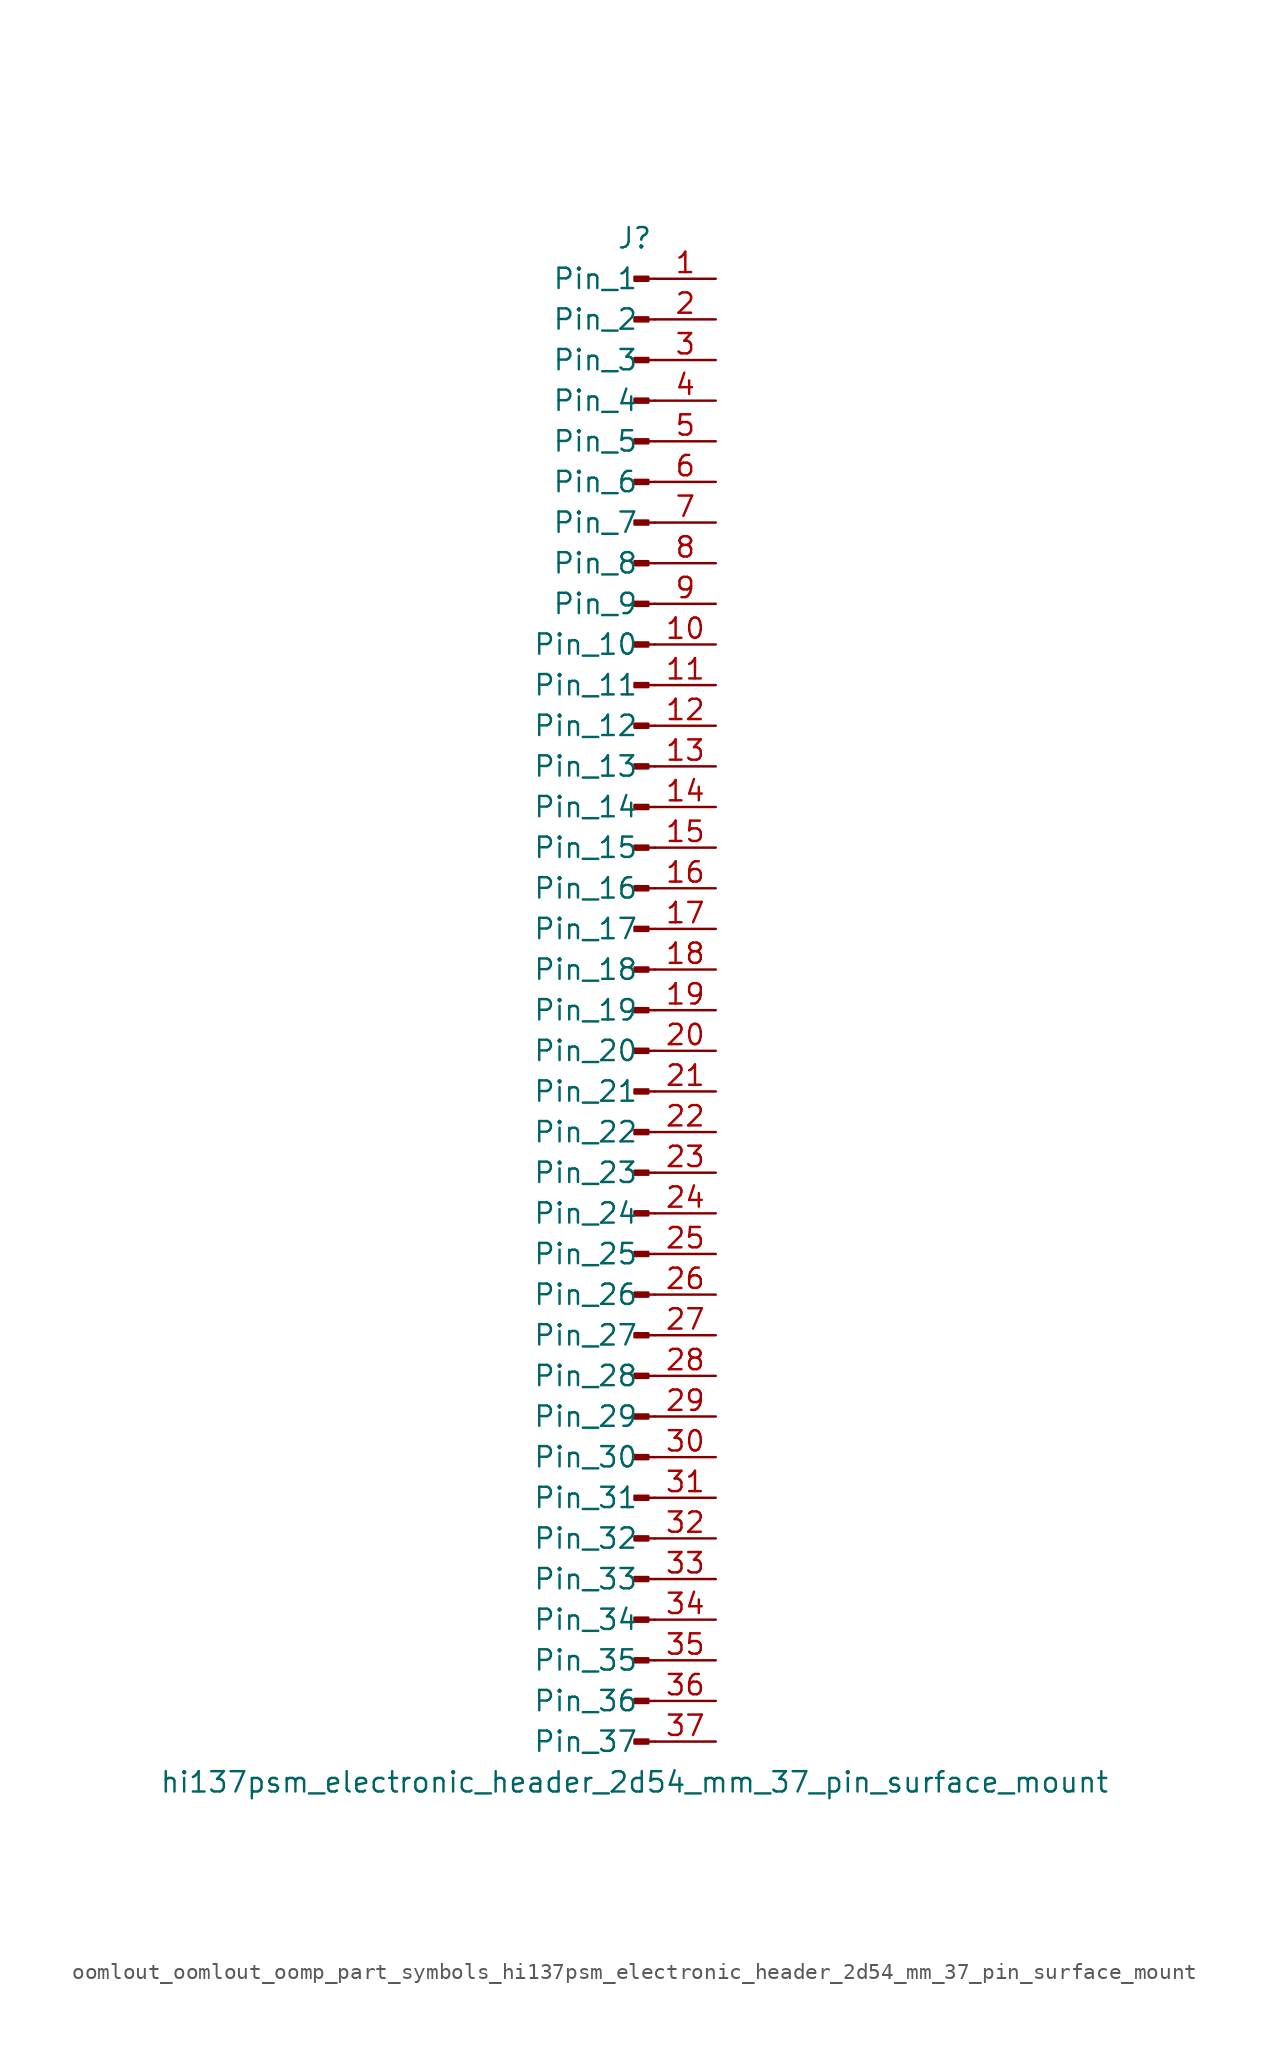
<source format=kicad_sym>
(kicad_symbol_lib
  (version 20220914)
  (generator kicad_symbol_editor)
  (symbol "oomlout_oomlout_oomp_part_symbols_hi137psm_electronic_header_2d54_mm_37_pin_surface_mount"
    (pin_names
      (offset 1.016))
    (property "Reference" "J"
      (at 0 48.26 0)
      (effects (font (size 1.27 1.27))))
    (property "Value" "hi137psm_electronic_header_2d54_mm_37_pin_surface_mount"
      (at 0 -48.26 0)
      (effects (font (size 1.27 1.27))))
    (property "ki_locked" ""
      (at 0 0 0)
      (effects (font (size 1.27 1.27))))
    (symbol "oomlout_oomlout_oomp_part_symbols_hi137psm_electronic_header_2d54_mm_37_pin_surface_mount_1_1"
      (polyline (pts (xy 1.27 -45.72) (xy 0.864 -45.72)) (stroke (width 0.152) (type default)) (fill (type none)))
      (polyline (pts (xy 1.27 -43.18) (xy 0.864 -43.18)) (stroke (width 0.152) (type default)) (fill (type none)))
      (polyline (pts (xy 1.27 -40.64) (xy 0.864 -40.64)) (stroke (width 0.152) (type default)) (fill (type none)))
      (polyline (pts (xy 1.27 -38.1) (xy 0.864 -38.1)) (stroke (width 0.152) (type default)) (fill (type none)))
      (polyline (pts (xy 1.27 -35.56) (xy 0.864 -35.56)) (stroke (width 0.152) (type default)) (fill (type none)))
      (polyline (pts (xy 1.27 -33.02) (xy 0.864 -33.02)) (stroke (width 0.152) (type default)) (fill (type none)))
      (polyline (pts (xy 1.27 -30.48) (xy 0.864 -30.48)) (stroke (width 0.152) (type default)) (fill (type none)))
      (polyline (pts (xy 1.27 -27.94) (xy 0.864 -27.94)) (stroke (width 0.152) (type default)) (fill (type none)))
      (polyline (pts (xy 1.27 -25.4) (xy 0.864 -25.4)) (stroke (width 0.152) (type default)) (fill (type none)))
      (polyline (pts (xy 1.27 -22.86) (xy 0.864 -22.86)) (stroke (width 0.152) (type default)) (fill (type none)))
      (polyline (pts (xy 1.27 -20.32) (xy 0.864 -20.32)) (stroke (width 0.152) (type default)) (fill (type none)))
      (polyline (pts (xy 1.27 -17.78) (xy 0.864 -17.78)) (stroke (width 0.152) (type default)) (fill (type none)))
      (polyline (pts (xy 1.27 -15.24) (xy 0.864 -15.24)) (stroke (width 0.152) (type default)) (fill (type none)))
      (polyline (pts (xy 1.27 -12.7) (xy 0.864 -12.7)) (stroke (width 0.152) (type default)) (fill (type none)))
      (polyline (pts (xy 1.27 -10.16) (xy 0.864 -10.16)) (stroke (width 0.152) (type default)) (fill (type none)))
      (polyline (pts (xy 1.27 -7.62) (xy 0.864 -7.62)) (stroke (width 0.152) (type default)) (fill (type none)))
      (polyline (pts (xy 1.27 -5.08) (xy 0.864 -5.08)) (stroke (width 0.152) (type default)) (fill (type none)))
      (polyline (pts (xy 1.27 -2.54) (xy 0.864 -2.54)) (stroke (width 0.152) (type default)) (fill (type none)))
      (polyline (pts (xy 1.27 0) (xy 0.864 0)) (stroke (width 0.152) (type default)) (fill (type none)))
      (polyline (pts (xy 1.27 2.54) (xy 0.864 2.54)) (stroke (width 0.152) (type default)) (fill (type none)))
      (polyline (pts (xy 1.27 5.08) (xy 0.864 5.08)) (stroke (width 0.152) (type default)) (fill (type none)))
      (polyline (pts (xy 1.27 7.62) (xy 0.864 7.62)) (stroke (width 0.152) (type default)) (fill (type none)))
      (polyline (pts (xy 1.27 10.16) (xy 0.864 10.16)) (stroke (width 0.152) (type default)) (fill (type none)))
      (polyline (pts (xy 1.27 12.7) (xy 0.864 12.7)) (stroke (width 0.152) (type default)) (fill (type none)))
      (polyline (pts (xy 1.27 15.24) (xy 0.864 15.24)) (stroke (width 0.152) (type default)) (fill (type none)))
      (polyline (pts (xy 1.27 17.78) (xy 0.864 17.78)) (stroke (width 0.152) (type default)) (fill (type none)))
      (polyline (pts (xy 1.27 20.32) (xy 0.864 20.32)) (stroke (width 0.152) (type default)) (fill (type none)))
      (polyline (pts (xy 1.27 22.86) (xy 0.864 22.86)) (stroke (width 0.152) (type default)) (fill (type none)))
      (polyline (pts (xy 1.27 25.4) (xy 0.864 25.4)) (stroke (width 0.152) (type default)) (fill (type none)))
      (polyline (pts (xy 1.27 27.94) (xy 0.864 27.94)) (stroke (width 0.152) (type default)) (fill (type none)))
      (polyline (pts (xy 1.27 30.48) (xy 0.864 30.48)) (stroke (width 0.152) (type default)) (fill (type none)))
      (polyline (pts (xy 1.27 33.02) (xy 0.864 33.02)) (stroke (width 0.152) (type default)) (fill (type none)))
      (polyline (pts (xy 1.27 35.56) (xy 0.864 35.56)) (stroke (width 0.152) (type default)) (fill (type none)))
      (polyline (pts (xy 1.27 38.1) (xy 0.864 38.1)) (stroke (width 0.152) (type default)) (fill (type none)))
      (polyline (pts (xy 1.27 40.64) (xy 0.864 40.64)) (stroke (width 0.152) (type default)) (fill (type none)))
      (polyline (pts (xy 1.27 43.18) (xy 0.864 43.18)) (stroke (width 0.152) (type default)) (fill (type none)))
      (polyline (pts (xy 1.27 45.72) (xy 0.864 45.72)) (stroke (width 0.152) (type default)) (fill (type none)))
      (rectangle (start 0.864 -45.593) (end 0 -45.847) (stroke (width 0.152) (type default)) (fill (type outline)))
      (rectangle (start 0.864 -43.053) (end 0 -43.307) (stroke (width 0.152) (type default)) (fill (type outline)))
      (rectangle (start 0.864 -40.513) (end 0 -40.767) (stroke (width 0.152) (type default)) (fill (type outline)))
      (rectangle (start 0.864 -37.973) (end 0 -38.227) (stroke (width 0.152) (type default)) (fill (type outline)))
      (rectangle (start 0.864 -35.433) (end 0 -35.687) (stroke (width 0.152) (type default)) (fill (type outline)))
      (rectangle (start 0.864 -32.893) (end 0 -33.147) (stroke (width 0.152) (type default)) (fill (type outline)))
      (rectangle (start 0.864 -30.353) (end 0 -30.607) (stroke (width 0.152) (type default)) (fill (type outline)))
      (rectangle (start 0.864 -27.813) (end 0 -28.067) (stroke (width 0.152) (type default)) (fill (type outline)))
      (rectangle (start 0.864 -25.273) (end 0 -25.527) (stroke (width 0.152) (type default)) (fill (type outline)))
      (rectangle (start 0.864 -22.733) (end 0 -22.987) (stroke (width 0.152) (type default)) (fill (type outline)))
      (rectangle (start 0.864 -20.193) (end 0 -20.447) (stroke (width 0.152) (type default)) (fill (type outline)))
      (rectangle (start 0.864 -17.653) (end 0 -17.907) (stroke (width 0.152) (type default)) (fill (type outline)))
      (rectangle (start 0.864 -15.113) (end 0 -15.367) (stroke (width 0.152) (type default)) (fill (type outline)))
      (rectangle (start 0.864 -12.573) (end 0 -12.827) (stroke (width 0.152) (type default)) (fill (type outline)))
      (rectangle (start 0.864 -10.033) (end 0 -10.287) (stroke (width 0.152) (type default)) (fill (type outline)))
      (rectangle (start 0.864 -7.493) (end 0 -7.747) (stroke (width 0.152) (type default)) (fill (type outline)))
      (rectangle (start 0.864 -4.953) (end 0 -5.207) (stroke (width 0.152) (type default)) (fill (type outline)))
      (rectangle (start 0.864 -2.413) (end 0 -2.667) (stroke (width 0.152) (type default)) (fill (type outline)))
      (rectangle (start 0.864 0.127) (end 0 -0.127) (stroke (width 0.152) (type default)) (fill (type outline)))
      (rectangle (start 0.864 2.667) (end 0 2.413) (stroke (width 0.152) (type default)) (fill (type outline)))
      (rectangle (start 0.864 5.207) (end 0 4.953) (stroke (width 0.152) (type default)) (fill (type outline)))
      (rectangle (start 0.864 7.747) (end 0 7.493) (stroke (width 0.152) (type default)) (fill (type outline)))
      (rectangle (start 0.864 10.287) (end 0 10.033) (stroke (width 0.152) (type default)) (fill (type outline)))
      (rectangle (start 0.864 12.827) (end 0 12.573) (stroke (width 0.152) (type default)) (fill (type outline)))
      (rectangle (start 0.864 15.367) (end 0 15.113) (stroke (width 0.152) (type default)) (fill (type outline)))
      (rectangle (start 0.864 17.907) (end 0 17.653) (stroke (width 0.152) (type default)) (fill (type outline)))
      (rectangle (start 0.864 20.447) (end 0 20.193) (stroke (width 0.152) (type default)) (fill (type outline)))
      (rectangle (start 0.864 22.987) (end 0 22.733) (stroke (width 0.152) (type default)) (fill (type outline)))
      (rectangle (start 0.864 25.527) (end 0 25.273) (stroke (width 0.152) (type default)) (fill (type outline)))
      (rectangle (start 0.864 28.067) (end 0 27.813) (stroke (width 0.152) (type default)) (fill (type outline)))
      (rectangle (start 0.864 30.607) (end 0 30.353) (stroke (width 0.152) (type default)) (fill (type outline)))
      (rectangle (start 0.864 33.147) (end 0 32.893) (stroke (width 0.152) (type default)) (fill (type outline)))
      (rectangle (start 0.864 35.687) (end 0 35.433) (stroke (width 0.152) (type default)) (fill (type outline)))
      (rectangle (start 0.864 38.227) (end 0 37.973) (stroke (width 0.152) (type default)) (fill (type outline)))
      (rectangle (start 0.864 40.767) (end 0 40.513) (stroke (width 0.152) (type default)) (fill (type outline)))
      (rectangle (start 0.864 43.307) (end 0 43.053) (stroke (width 0.152) (type default)) (fill (type outline)))
      (rectangle (start 0.864 45.847) (end 0 45.593) (stroke (width 0.152) (type default)) (fill (type outline)))
      (pin passive line (at 5.08 45.72 180) (length 3.81) (name "Pin_1" (effects (font (size 1.27 1.27)))) (number "1" (effects (font (size 1.27 1.27)))))
      (pin passive line (at 5.08 22.86 180) (length 3.81) (name "Pin_10" (effects (font (size 1.27 1.27)))) (number "10" (effects (font (size 1.27 1.27)))))
      (pin passive line (at 5.08 20.32 180) (length 3.81) (name "Pin_11" (effects (font (size 1.27 1.27)))) (number "11" (effects (font (size 1.27 1.27)))))
      (pin passive line (at 5.08 17.78 180) (length 3.81) (name "Pin_12" (effects (font (size 1.27 1.27)))) (number "12" (effects (font (size 1.27 1.27)))))
      (pin passive line (at 5.08 15.24 180) (length 3.81) (name "Pin_13" (effects (font (size 1.27 1.27)))) (number "13" (effects (font (size 1.27 1.27)))))
      (pin passive line (at 5.08 12.7 180) (length 3.81) (name "Pin_14" (effects (font (size 1.27 1.27)))) (number "14" (effects (font (size 1.27 1.27)))))
      (pin passive line (at 5.08 10.16 180) (length 3.81) (name "Pin_15" (effects (font (size 1.27 1.27)))) (number "15" (effects (font (size 1.27 1.27)))))
      (pin passive line (at 5.08 7.62 180) (length 3.81) (name "Pin_16" (effects (font (size 1.27 1.27)))) (number "16" (effects (font (size 1.27 1.27)))))
      (pin passive line (at 5.08 5.08 180) (length 3.81) (name "Pin_17" (effects (font (size 1.27 1.27)))) (number "17" (effects (font (size 1.27 1.27)))))
      (pin passive line (at 5.08 2.54 180) (length 3.81) (name "Pin_18" (effects (font (size 1.27 1.27)))) (number "18" (effects (font (size 1.27 1.27)))))
      (pin passive line (at 5.08 0 180) (length 3.81) (name "Pin_19" (effects (font (size 1.27 1.27)))) (number "19" (effects (font (size 1.27 1.27)))))
      (pin passive line (at 5.08 43.18 180) (length 3.81) (name "Pin_2" (effects (font (size 1.27 1.27)))) (number "2" (effects (font (size 1.27 1.27)))))
      (pin passive line (at 5.08 -2.54 180) (length 3.81) (name "Pin_20" (effects (font (size 1.27 1.27)))) (number "20" (effects (font (size 1.27 1.27)))))
      (pin passive line (at 5.08 -5.08 180) (length 3.81) (name "Pin_21" (effects (font (size 1.27 1.27)))) (number "21" (effects (font (size 1.27 1.27)))))
      (pin passive line (at 5.08 -7.62 180) (length 3.81) (name "Pin_22" (effects (font (size 1.27 1.27)))) (number "22" (effects (font (size 1.27 1.27)))))
      (pin passive line (at 5.08 -10.16 180) (length 3.81) (name "Pin_23" (effects (font (size 1.27 1.27)))) (number "23" (effects (font (size 1.27 1.27)))))
      (pin passive line (at 5.08 -12.7 180) (length 3.81) (name "Pin_24" (effects (font (size 1.27 1.27)))) (number "24" (effects (font (size 1.27 1.27)))))
      (pin passive line (at 5.08 -15.24 180) (length 3.81) (name "Pin_25" (effects (font (size 1.27 1.27)))) (number "25" (effects (font (size 1.27 1.27)))))
      (pin passive line (at 5.08 -17.78 180) (length 3.81) (name "Pin_26" (effects (font (size 1.27 1.27)))) (number "26" (effects (font (size 1.27 1.27)))))
      (pin passive line (at 5.08 -20.32 180) (length 3.81) (name "Pin_27" (effects (font (size 1.27 1.27)))) (number "27" (effects (font (size 1.27 1.27)))))
      (pin passive line (at 5.08 -22.86 180) (length 3.81) (name "Pin_28" (effects (font (size 1.27 1.27)))) (number "28" (effects (font (size 1.27 1.27)))))
      (pin passive line (at 5.08 -25.4 180) (length 3.81) (name "Pin_29" (effects (font (size 1.27 1.27)))) (number "29" (effects (font (size 1.27 1.27)))))
      (pin passive line (at 5.08 40.64 180) (length 3.81) (name "Pin_3" (effects (font (size 1.27 1.27)))) (number "3" (effects (font (size 1.27 1.27)))))
      (pin passive line (at 5.08 -27.94 180) (length 3.81) (name "Pin_30" (effects (font (size 1.27 1.27)))) (number "30" (effects (font (size 1.27 1.27)))))
      (pin passive line (at 5.08 -30.48 180) (length 3.81) (name "Pin_31" (effects (font (size 1.27 1.27)))) (number "31" (effects (font (size 1.27 1.27)))))
      (pin passive line (at 5.08 -33.02 180) (length 3.81) (name "Pin_32" (effects (font (size 1.27 1.27)))) (number "32" (effects (font (size 1.27 1.27)))))
      (pin passive line (at 5.08 -35.56 180) (length 3.81) (name "Pin_33" (effects (font (size 1.27 1.27)))) (number "33" (effects (font (size 1.27 1.27)))))
      (pin passive line (at 5.08 -38.1 180) (length 3.81) (name "Pin_34" (effects (font (size 1.27 1.27)))) (number "34" (effects (font (size 1.27 1.27)))))
      (pin passive line (at 5.08 -40.64 180) (length 3.81) (name "Pin_35" (effects (font (size 1.27 1.27)))) (number "35" (effects (font (size 1.27 1.27)))))
      (pin passive line (at 5.08 -43.18 180) (length 3.81) (name "Pin_36" (effects (font (size 1.27 1.27)))) (number "36" (effects (font (size 1.27 1.27)))))
      (pin passive line (at 5.08 -45.72 180) (length 3.81) (name "Pin_37" (effects (font (size 1.27 1.27)))) (number "37" (effects (font (size 1.27 1.27)))))
      (pin passive line (at 5.08 38.1 180) (length 3.81) (name "Pin_4" (effects (font (size 1.27 1.27)))) (number "4" (effects (font (size 1.27 1.27)))))
      (pin passive line (at 5.08 35.56 180) (length 3.81) (name "Pin_5" (effects (font (size 1.27 1.27)))) (number "5" (effects (font (size 1.27 1.27)))))
      (pin passive line (at 5.08 33.02 180) (length 3.81) (name "Pin_6" (effects (font (size 1.27 1.27)))) (number "6" (effects (font (size 1.27 1.27)))))
      (pin passive line (at 5.08 30.48 180) (length 3.81) (name "Pin_7" (effects (font (size 1.27 1.27)))) (number "7" (effects (font (size 1.27 1.27)))))
      (pin passive line (at 5.08 27.94 180) (length 3.81) (name "Pin_8" (effects (font (size 1.27 1.27)))) (number "8" (effects (font (size 1.27 1.27)))))
      (pin passive line (at 5.08 25.4 180) (length 3.81) (name "Pin_9" (effects (font (size 1.27 1.27)))) (number "9" (effects (font (size 1.27 1.27))))))))
</source>
